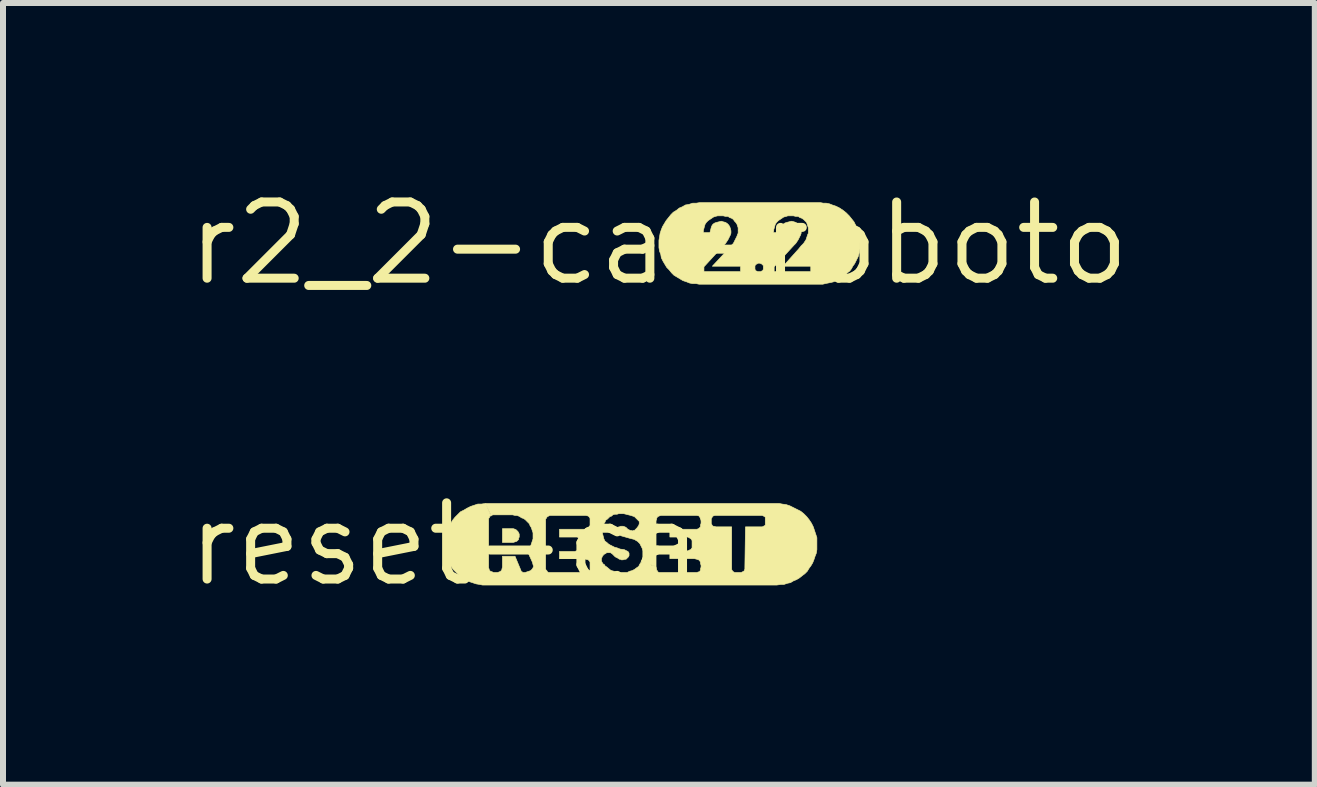
<source format=kicad_pcb>
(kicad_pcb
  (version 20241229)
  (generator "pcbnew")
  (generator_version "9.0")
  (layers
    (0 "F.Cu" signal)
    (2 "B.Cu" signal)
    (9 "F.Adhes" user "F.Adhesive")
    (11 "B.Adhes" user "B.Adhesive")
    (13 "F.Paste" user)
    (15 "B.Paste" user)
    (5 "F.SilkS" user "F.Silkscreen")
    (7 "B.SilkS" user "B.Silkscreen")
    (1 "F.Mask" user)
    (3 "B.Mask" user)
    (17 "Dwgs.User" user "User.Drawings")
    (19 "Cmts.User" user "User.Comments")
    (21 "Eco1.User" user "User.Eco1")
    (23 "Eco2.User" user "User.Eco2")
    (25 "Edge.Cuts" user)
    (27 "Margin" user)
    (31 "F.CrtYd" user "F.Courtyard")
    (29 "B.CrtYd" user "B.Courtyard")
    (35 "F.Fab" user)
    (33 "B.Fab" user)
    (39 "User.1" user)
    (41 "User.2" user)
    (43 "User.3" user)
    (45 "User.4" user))
  (footprint "reset-ca"
    (layer "F.Cu")
    (at 4.362 6.019)
    (property "Reference" "reset-ca" (at 0 0 0) (layer "F.SilkS") (effects (font (size 1.27 1.27) (thickness 0.15))))
    (attr board_only exclude_from_pos_files exclude_from_bom)
    (fp_poly (pts (xy 0.96 -0.03) (xy 1.14 -0.03) (xy 1.17 -0.04) (xy 1.2 -0.05) (xy 1.21 -0.06) (xy 1.23 -0.08) (xy 1.23 -0.1) (xy 1.24 -0.12) (xy 1.24 -0.14) (xy 1.24 -0.17) (xy 1.23 -0.19) (xy 1.22 -0.21) (xy 1.21 -0.22) (xy 1.19 -0.24) (xy 1.17 -0.25) (xy 1.14 -0.26) (xy 1.13 -0.26) (xy 0.96 -0.26) (xy 0.96 -0.03)) (stroke (width 0.01) (type solid)) (fill yes) (layer "F.SilkS"))
    (fp_poly (pts (xy 0.68 -0.68) (xy 0.61 -0.67) (xy 0.55 -0.67) (xy 0.49 -0.65) (xy 0.43 -0.63) (xy 0.37 -0.6) (xy 0.32 -0.57) (xy 0.26 -0.54) (xy 0.22 -0.5) (xy 0.17 -0.45) (xy 0.13 -0.4) (xy 0.1 -0.35) (xy 0.07 -0.29) (xy 0.04 -0.23) (xy 0.02 -0.17) (xy 0.01 -0.11) (xy 0 -0.05) (xy 0 0.02) (xy 0 0.08) (xy 0.02 0.14) (xy 0.03 0.2) (xy 0.05 0.26) (xy 0.08 0.32) (xy 0.11 0.38) (xy 0.15 0.43) (xy 0.19 0.47) (xy 0.24 0.52) (xy 0.29 0.56) (xy 0.34 0.59) (xy 0.4 0.62) (xy 0.46 0.64) (xy 0.52 0.66) (xy 0.58 0.67) (xy 0.63 0.68) (xy 0.68 0.68) (xy 5.53 0.68) (xy 5.6 0.67) (xy 5.65 0.67) (xy 5.71 0.65) (xy 5.76 0.64) (xy 5.81 0.61) (xy 5.86 0.59) (xy 5.91 0.56) (xy 5.96 0.52) (xy 6 0.49) (xy 6.04 0.45) (xy 6.07 0.4) (xy 6.1 0.36) (xy 6.13 0.31) (xy 6.15 0.26) (xy 6.17 0.2) (xy 6.19 0.15) (xy 6.2 0.09) (xy 6.2 0.03) (xy 6.2 -0.04) (xy 6.2 -0.11) (xy 6.18 -0.17) (xy 6.16 -0.23) (xy 6.14 -0.29) (xy 6.11 -0.35) (xy 6.07 -0.41) (xy 6.03 -0.46) (xy 5.98 -0.51) (xy 5.93 -0.55) (xy 5.87 -0.58) (xy 5.81 -0.61) (xy 5.75 -0.64) (xy 5.69 -0.66) (xy 5.62 -0.67) (xy 5.57 -0.68) (xy 5.53 -0.68) (xy 0.68 -0.68) (xy 0.77 -0.48) (xy 0.78 -0.48) (xy 0.8 -0.49) (xy 0.83 -0.49) (xy 1.13 -0.49) (xy 1.17 -0.48) (xy 1.2 -0.48) (xy 1.23 -0.47) (xy 1.25 -0.46) (xy 1.28 -0.44) (xy 1.31 -0.43) (xy 1.34 -0.41) (xy 1.36 -0.39) (xy 1.39 -0.36) (xy 1.41 -0.34) (xy 1.42 -0.31) (xy 1.44 -0.28) (xy 1.45 -0.25) (xy 1.46 -0.22) (xy 1.47 -0.19) (xy 1.47 -0.16) (xy 1.47 -0.13) (xy 1.47 -0.09) (xy 1.46 -0.06) (xy 1.45 -0.03) (xy 1.44 0) (xy 1.43 0.03) (xy 1.41 0.05) (xy 1.39 0.08) (xy 1.37 0.1) (xy 1.41 0.19) (xy 1.46 0.3) (xy 1.47 0.34) (xy 1.48 0.37) (xy 1.68 0.37) (xy 1.68 -0.37) (xy 1.68 -0.39) (xy 1.68 -0.42) (xy 1.69 -0.43) (xy 1.7 -0.45) (xy 1.71 -0.46) (xy 1.73 -0.47) (xy 1.75 -0.48) (xy 1.79 -0.48) (xy 2.32 -0.48) (xy 2.35 -0.48) (xy 2.39 -0.47) (xy 2.4 -0.46) (xy 2.41 -0.45) (xy 2.42 -0.43) (xy 2.42 -0.39) (xy 2.42 -0.35) (xy 2.42 -0.32) (xy 2.41 -0.29) (xy 2.4 -0.27) (xy 2.38 -0.26) (xy 2.36 -0.25) (xy 2.32 -0.25) (xy 1.91 -0.25) (xy 1.91 -0.12) (xy 2.21 -0.12) (xy 2.22 -0.11) (xy 2.26 -0.09) (xy 2.27 -0.08) (xy 2.27 -0.06) (xy 2.28 -0.04) (xy 2.28 0) (xy 2.28 0.02) (xy 2.28 0.04) (xy 2.27 0.06) (xy 2.27 0.07) (xy 2.26 0.09) (xy 2.25 0.09) (xy 2.21 0.11) (xy 2.19 0.11) (xy 2.17 0.12) (xy 1.91 0.12) (xy 1.91 0.24) (xy 2.32 0.24) (xy 2.35 0.25) (xy 2.39 0.26) (xy 2.4 0.27) (xy 2.41 0.28) (xy 2.42 0.3) (xy 2.42 0.32) (xy 2.61 0.28) (xy 2.61 0.25) (xy 2.61 0.23) (xy 2.62 0.22) (xy 2.62 0.21) (xy 2.65 0.17) (xy 2.67 0.16) (xy 2.7 0.14) (xy 2.72 0.14) (xy 2.73 0.14) (xy 2.75 0.14) (xy 2.76 0.14) (xy 2.79 0.16) (xy 2.84 0.21) (xy 2.88 0.23) (xy 2.91 0.25) (xy 2.93 0.25) (xy 2.94 0.26) (xy 2.97 0.26) (xy 3 0.25) (xy 3.02 0.25) (xy 3.03 0.24) (xy 3.05 0.22) (xy 3.06 0.21) (xy 3.07 0.19) (xy 3.07 0.17) (xy 3.07 0.15) (xy 3.06 0.13) (xy 3.05 0.12) (xy 3.03 0.11) (xy 3.01 0.1) (xy 2.99 0.09) (xy 2.92 0.08) (xy 2.87 0.06) (xy 2.83 0.05) (xy 2.79 0.03) (xy 2.75 0.01) (xy 2.72 -0.01) (xy 2.7 -0.03) (xy 2.67 -0.05) (xy 2.65 -0.09) (xy 2.64 -0.13) (xy 2.63 -0.17) (xy 2.62 -0.21) (xy 2.62 -0.26) (xy 2.63 -0.3) (xy 2.65 -0.34) (xy 2.67 -0.37) (xy 2.68 -0.4) (xy 2.71 -0.42) (xy 2.73 -0.44) (xy 2.75 -0.46) (xy 2.78 -0.47) (xy 2.8 -0.49) (xy 2.83 -0.5) (xy 2.87 -0.5) (xy 2.9 -0.51) (xy 2.94 -0.51) (xy 2.98 -0.51) (xy 3.02 -0.5) (xy 3.06 -0.49) (xy 3.1 -0.48) (xy 3.13 -0.47) (xy 3.16 -0.46) (xy 3.2 -0.42) (xy 3.22 -0.4) (xy 3.24 -0.38) (xy 3.24 -0.36) (xy 3.24 -0.35) (xy 3.24 -0.34) (xy 3.23 -0.31) (xy 3.2 -0.27) (xy 3.17 -0.24) (xy 3.16 -0.23) (xy 3.14 -0.23) (xy 3.12 -0.22) (xy 3.11 -0.23) (xy 3.09 -0.23) (xy 3.05 -0.25) (xy 3.02 -0.28) (xy 3 -0.29) (xy 2.97 -0.3) (xy 2.93 -0.3) (xy 2.91 -0.29) (xy 2.9 -0.29) (xy 2.88 -0.28) (xy 2.87 -0.27) (xy 2.86 -0.26) (xy 2.85 -0.24) (xy 2.85 -0.23) (xy 2.85 -0.21) (xy 2.86 -0.19) (xy 2.87 -0.18) (xy 2.88 -0.17) (xy 2.9 -0.16) (xy 2.94 -0.14) (xy 3.08 -0.1) (xy 3.12 -0.09) (xy 3.16 -0.08) (xy 3.19 -0.06) (xy 3.21 -0.05) (xy 3.23 -0.03) (xy 3.25 -0.01) (xy 3.27 0.03) (xy 3.29 0.07) (xy 3.3 0.11) (xy 3.3 0.16) (xy 3.3 0.21) (xy 3.29 0.25) (xy 3.27 0.29) (xy 3.52 0.37) (xy 3.52 -0.37) (xy 3.52 -0.39) (xy 3.53 -0.42) (xy 3.53 -0.43) (xy 3.54 -0.45) (xy 3.55 -0.46) (xy 3.57 -0.47) (xy 3.6 -0.48) (xy 3.63 -0.48) (xy 4.16 -0.48) (xy 4.2 -0.48) (xy 4.24 -0.47) (xy 4.24 -0.46) (xy 4.25 -0.45) (xy 4.26 -0.43) (xy 4.27 -0.39) (xy 4.44 -0.38) (xy 4.44 -0.41) (xy 4.44 -0.43) (xy 4.45 -0.44) (xy 4.46 -0.46) (xy 4.47 -0.47) (xy 4.5 -0.48) (xy 4.53 -0.48) (xy 5.27 -0.48) (xy 5.29 -0.48) (xy 5.31 -0.47) (xy 5.33 -0.46) (xy 5.34 -0.45) (xy 5.34 -0.43) (xy 5.34 -0.4) (xy 5.34 -0.36) (xy 5.34 -0.33) (xy 5.34 -0.32) (xy 5.33 -0.31) (xy 5.31 -0.3) (xy 5.29 -0.29) (xy 5.26 -0.29) (xy 5.01 -0.29) (xy 5 0.38) (xy 5 0.41) (xy 4.99 0.44) (xy 4.98 0.45) (xy 4.96 0.46) (xy 4.94 0.47) (xy 4.9 0.47) (xy 4.86 0.47) (xy 4.83 0.47) (xy 4.81 0.46) (xy 4.8 0.45) (xy 4.79 0.44) (xy 4.78 0.42) (xy 4.78 0.41) (xy 4.78 -0.29) (xy 4.52 -0.29) (xy 4.48 -0.3) (xy 4.47 -0.3) (xy 4.46 -0.31) (xy 4.45 -0.32) (xy 4.45 -0.33) (xy 4.44 -0.34) (xy 4.44 -0.36) (xy 4.44 -0.38) (xy 4.27 -0.39) (xy 4.27 -0.35) (xy 4.26 -0.32) (xy 4.26 -0.29) (xy 4.24 -0.27) (xy 4.23 -0.26) (xy 4.2 -0.25) (xy 4.16 -0.25) (xy 3.75 -0.25) (xy 3.75 -0.12) (xy 4.05 -0.12) (xy 4.07 -0.11) (xy 4.1 -0.09) (xy 4.11 -0.08) (xy 4.12 -0.06) (xy 4.12 -0.04) (xy 4.12 0) (xy 4.12 0.02) (xy 4.12 0.04) (xy 4.12 0.06) (xy 4.11 0.07) (xy 4.1 0.09) (xy 4.09 0.09) (xy 4.05 0.11) (xy 4.03 0.11) (xy 4.01 0.12) (xy 3.75 0.12) (xy 3.75 0.24) (xy 4.16 0.24) (xy 4.2 0.25) (xy 4.23 0.26) (xy 4.24 0.27) (xy 4.25 0.28) (xy 4.26 0.3) (xy 4.26 0.32) (xy 4.27 0.35) (xy 4.27 0.38) (xy 4.26 0.41) (xy 4.26 0.43) (xy 4.25 0.45) (xy 4.24 0.46) (xy 4.23 0.46) (xy 4.2 0.47) (xy 4.16 0.47) (xy 3.62 0.47) (xy 3.59 0.47) (xy 3.57 0.47) (xy 3.55 0.46) (xy 3.54 0.44) (xy 3.53 0.43) (xy 3.53 0.42) (xy 3.52 0.37) (xy 3.27 0.3) (xy 3.25 0.33) (xy 3.23 0.37) (xy 3.2 0.39) (xy 3.16 0.42) (xy 3.12 0.44) (xy 3.08 0.45) (xy 3.04 0.47) (xy 2.99 0.47) (xy 2.95 0.47) (xy 2.9 0.47) (xy 2.86 0.46) (xy 2.82 0.45) (xy 2.78 0.44) (xy 2.76 0.43) (xy 2.7 0.38) (xy 2.67 0.36) (xy 2.66 0.34) (xy 2.64 0.33) (xy 2.62 0.3) (xy 2.61 0.28) (xy 2.42 0.32) (xy 2.42 0.35) (xy 2.42 0.38) (xy 2.42 0.41) (xy 2.42 0.43) (xy 2.4 0.45) (xy 2.4 0.46) (xy 2.39 0.46) (xy 2.36 0.47) (xy 2.32 0.47) (xy 1.78 0.47) (xy 1.75 0.47) (xy 1.73 0.47) (xy 1.71 0.46) (xy 1.7 0.44) (xy 1.69 0.43) (xy 1.68 0.42) (xy 1.68 0.37) (xy 1.48 0.37) (xy 1.47 0.39) (xy 1.46 0.41) (xy 1.45 0.42) (xy 1.43 0.44) (xy 1.37 0.46) (xy 1.34 0.47) (xy 1.33 0.47) (xy 1.31 0.47) (xy 1.3 0.47) (xy 1.29 0.46) (xy 1.27 0.45) (xy 1.27 0.44) (xy 1.17 0.2) (xy 0.96 0.2) (xy 0.96 0.38) (xy 0.95 0.42) (xy 0.95 0.43) (xy 0.94 0.44) (xy 0.93 0.45) (xy 0.91 0.46) (xy 0.88 0.47) (xy 0.85 0.47) (xy 0.81 0.47) (xy 0.79 0.46) (xy 0.76 0.45) (xy 0.75 0.44) (xy 0.74 0.43) (xy 0.74 0.42) (xy 0.73 0.39) (xy 0.73 0.36) (xy 0.73 -0.42) (xy 0.73 -0.43) (xy 0.74 -0.44) (xy 0.75 -0.46) (xy 0.75 -0.47) (xy 0.77 -0.47) (xy 0.68 -0.68)) (stroke (width 0.01) (type solid)) (fill yes) (layer "F.SilkS")))
  (footprint "r2_2-ca-roboto"
    (layer "F.Cu")
    (at 7.93 1.006)
    (property "Reference" "r2_2-ca-roboto" (at 0 0 0) (layer "F.SilkS") (effects (font (size 1.27 1.27) (thickness 0.15))))
    (attr board_only exclude_from_pos_files exclude_from_bom)
    (fp_poly (pts (xy 0.68 -0.68) (xy 0.62 -0.67) (xy 0.56 -0.67) (xy 0.5 -0.65) (xy 0.44 -0.64) (xy 0.39 -0.61) (xy 0.34 -0.59) (xy 0.29 -0.55) (xy 0.24 -0.52) (xy 0.2 -0.48) (xy 0.16 -0.43) (xy 0.12 -0.38) (xy 0.09 -0.33) (xy 0.06 -0.28) (xy 0.04 -0.23) (xy 0.02 -0.17) (xy 0.01 -0.11) (xy 0 -0.05) (xy 0 0.01) (xy 0 0.07) (xy 0.01 0.13) (xy 0.03 0.18) (xy 0.04 0.24) (xy 0.07 0.3) (xy 0.1 0.35) (xy 0.13 0.4) (xy 0.17 0.44) (xy 0.21 0.49) (xy 0.25 0.53) (xy 0.3 0.56) (xy 0.35 0.59) (xy 0.4 0.62) (xy 0.46 0.64) (xy 0.51 0.66) (xy 0.56 0.67) (xy 0.62 0.67) (xy 0.67 0.68) (xy 0.75 0.47) (xy 0.75 0.39) (xy 1.08 0.03) (xy 1.11 0) (xy 1.15 -0.06) (xy 1.17 -0.1) (xy 1.19 -0.14) (xy 1.2 -0.17) (xy 1.2 -0.21) (xy 1.19 -0.25) (xy 1.18 -0.28) (xy 1.16 -0.31) (xy 1.14 -0.33) (xy 1.11 -0.35) (xy 1.07 -0.36) (xy 1.04 -0.37) (xy 1 -0.36) (xy 0.96 -0.35) (xy 0.93 -0.34) (xy 0.9 -0.32) (xy 0.88 -0.29) (xy 0.87 -0.26) (xy 0.86 -0.22) (xy 0.85 -0.18) (xy 0.74 -0.18) (xy 0.74 -0.22) (xy 0.75 -0.25) (xy 0.76 -0.29) (xy 0.77 -0.32) (xy 0.79 -0.35) (xy 0.82 -0.38) (xy 0.85 -0.4) (xy 0.88 -0.42) (xy 0.91 -0.44) (xy 0.94 -0.45) (xy 0.98 -0.46) (xy 1.02 -0.46) (xy 1.07 -0.46) (xy 1.11 -0.45) (xy 1.15 -0.45) (xy 1.18 -0.43) (xy 1.21 -0.42) (xy 1.24 -0.4) (xy 1.26 -0.37) (xy 1.28 -0.35) (xy 1.3 -0.32) (xy 1.31 -0.29) (xy 1.32 -0.26) (xy 1.32 -0.22) (xy 1.32 -0.2) (xy 1.32 -0.17) (xy 1.31 -0.15) (xy 1.3 -0.12) (xy 1.27 -0.06) (xy 1.24 0) (xy 1.2 0.04) (xy 1.16 0.09) (xy 0.89 0.38) (xy 1.36 0.38) (xy 1.6 0.39) (xy 1.6 0.37) (xy 1.61 0.36) (xy 1.62 0.35) (xy 1.63 0.34) (xy 1.64 0.34) (xy 1.65 0.33) (xy 1.67 0.33) (xy 1.69 0.33) (xy 1.7 0.34) (xy 1.71 0.34) (xy 1.72 0.35) (xy 1.73 0.36) (xy 1.74 0.37) (xy 1.74 0.39) (xy 1.74 0.41) (xy 1.92 0.39) (xy 2.25 0.03) (xy 2.28 0) (xy 2.32 -0.06) (xy 2.34 -0.1) (xy 2.36 -0.14) (xy 2.37 -0.17) (xy 2.37 -0.21) (xy 2.37 -0.25) (xy 2.35 -0.28) (xy 2.33 -0.31) (xy 2.31 -0.33) (xy 2.28 -0.35) (xy 2.25 -0.36) (xy 2.21 -0.37) (xy 2.17 -0.36) (xy 2.13 -0.35) (xy 2.1 -0.34) (xy 2.07 -0.32) (xy 2.05 -0.29) (xy 2.04 -0.26) (xy 2.03 -0.22) (xy 2.03 -0.18) (xy 1.91 -0.18) (xy 1.91 -0.22) (xy 1.92 -0.25) (xy 1.93 -0.29) (xy 1.94 -0.32) (xy 1.96 -0.35) (xy 1.99 -0.38) (xy 2.02 -0.4) (xy 2.05 -0.42) (xy 2.08 -0.44) (xy 2.12 -0.45) (xy 2.15 -0.46) (xy 2.2 -0.46) (xy 2.24 -0.46) (xy 2.28 -0.45) (xy 2.32 -0.45) (xy 2.35 -0.43) (xy 2.38 -0.42) (xy 2.41 -0.4) (xy 2.44 -0.37) (xy 2.46 -0.35) (xy 2.47 -0.32) (xy 2.48 -0.29) (xy 2.49 -0.26) (xy 2.49 -0.22) (xy 2.49 -0.2) (xy 2.49 -0.17) (xy 2.48 -0.15) (xy 2.47 -0.12) (xy 2.45 -0.06) (xy 2.41 0) (xy 2.37 0.04) (xy 2.33 0.09) (xy 2.07 0.38) (xy 2.53 0.38) (xy 2.53 0.47) (xy 1.92 0.47) (xy 1.92 0.39) (xy 1.74 0.41) (xy 1.74 0.42) (xy 1.74 0.43) (xy 1.73 0.45) (xy 1.72 0.46) (xy 1.71 0.46) (xy 1.7 0.47) (xy 1.69 0.47) (xy 1.67 0.47) (xy 1.65 0.47) (xy 1.64 0.47) (xy 1.63 0.46) (xy 1.62 0.46) (xy 1.61 0.45) (xy 1.6 0.43) (xy 1.6 0.42) (xy 1.6 0.41) (xy 1.6 0.39) (xy 1.36 0.38) (xy 1.36 0.47) (xy 0.75 0.47) (xy 0.67 0.68) (xy 2.68 0.68) (xy 2.73 0.68) (xy 2.77 0.67) (xy 2.82 0.66) (xy 2.87 0.65) (xy 2.91 0.64) (xy 2.95 0.62) (xy 2.99 0.6) (xy 3.03 0.57) (xy 3.07 0.55) (xy 3.11 0.52) (xy 3.14 0.49) (xy 3.18 0.46) (xy 3.21 0.42) (xy 3.23 0.38) (xy 3.26 0.34) (xy 3.28 0.3) (xy 3.3 0.26) (xy 3.32 0.22) (xy 3.34 0.15) (xy 3.35 0.09) (xy 3.35 0.02) (xy 3.35 -0.04) (xy 3.34 -0.11) (xy 3.33 -0.18) (xy 3.31 -0.24) (xy 3.28 -0.3) (xy 3.25 -0.36) (xy 3.21 -0.41) (xy 3.17 -0.46) (xy 3.12 -0.51) (xy 3.07 -0.55) (xy 3.01 -0.59) (xy 2.95 -0.62) (xy 2.89 -0.64) (xy 2.84 -0.66) (xy 2.79 -0.67) (xy 2.74 -0.67) (xy 2.69 -0.68) (xy 0.68 -0.68)) (stroke (width 0.01) (type solid)) (fill yes) (layer "F.SilkS")))
  (gr_rect
    (start -3 -3)
    (end 18.859 10.025)
    (stroke (width 0.1) (type default))
    (fill no)
    (layer "Edge.Cuts")))
</source>
